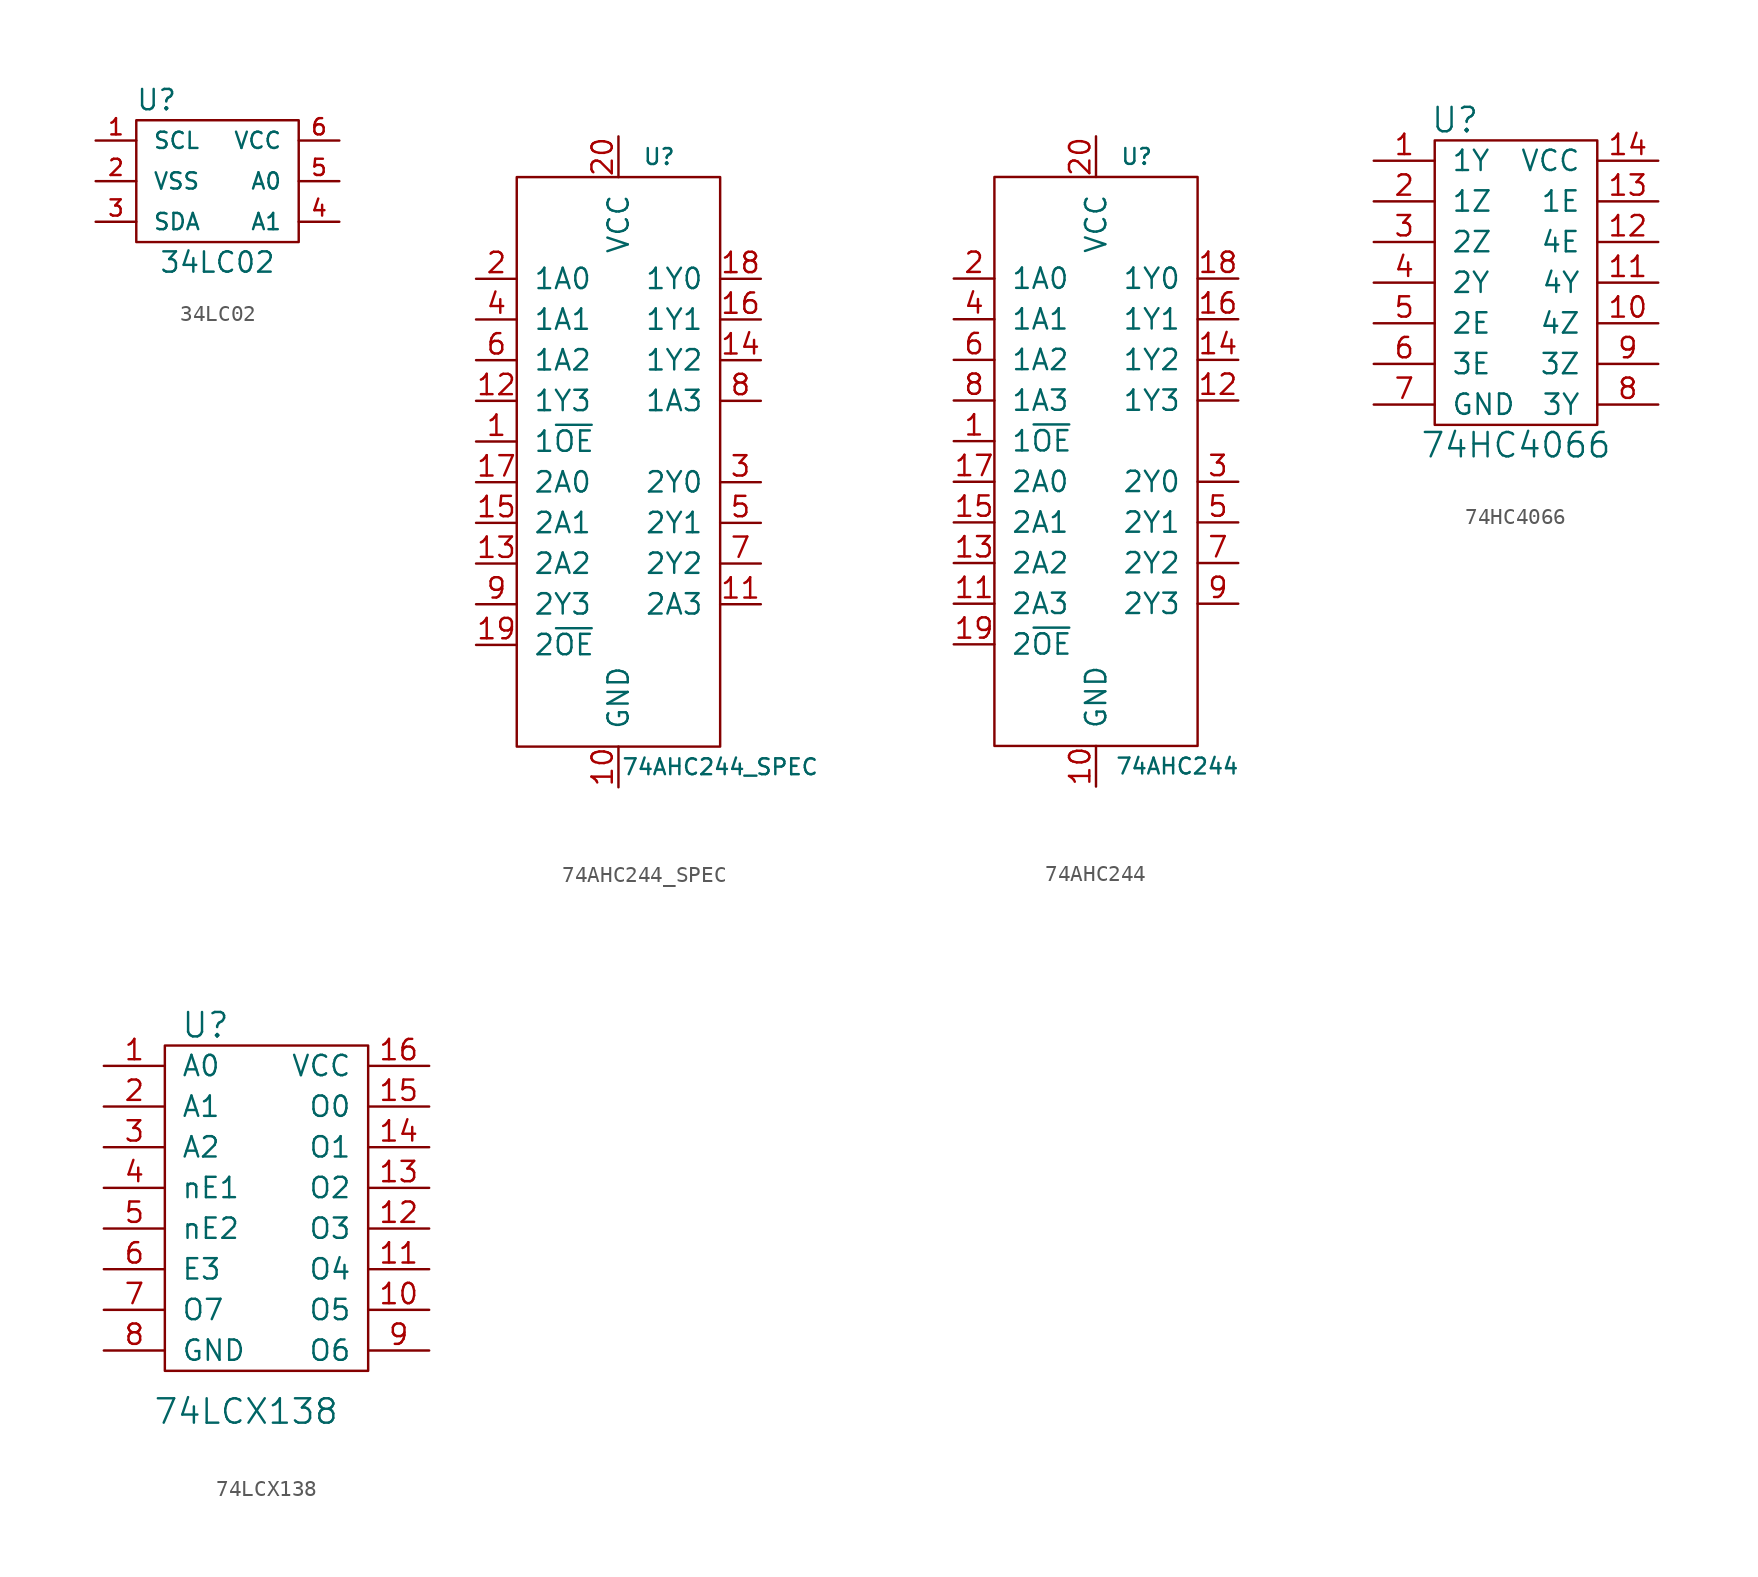
<source format=kicad_sym>
(kicad_symbol_lib
  (version 20211014)
  (generator kicad_symbol_editor)
  (symbol "34LC02"
    (pin_names
      (offset 1.016))
    (property "Reference" "U"
      (at -3.81 5.08 0)
      (effects (font (size 1.27 1.27))))
    (property "Value" "34LC02"
      (at 0 -5.08 0)
      (effects (font (size 1.27 1.27))))
    (symbol "34LC02_0_0"
      (pin passive line (at -7.62 2.54 0) (length 2.54) (name "SCL" (effects (font (size 1.016 1.016)))) (number "1" (effects (font (size 1.016 1.016)))))
      (pin power_in line (at -7.62 0 0) (length 2.54) (name "VSS" (effects (font (size 1.016 1.016)))) (number "2" (effects (font (size 1.016 1.016)))))
      (pin passive line (at -7.62 -2.54 0) (length 2.54) (name "SDA" (effects (font (size 1.016 1.016)))) (number "3" (effects (font (size 1.016 1.016)))))
      (pin passive line (at 7.62 -2.54 180) (length 2.54) (name "A1" (effects (font (size 1.016 1.016)))) (number "4" (effects (font (size 1.016 1.016)))))
      (pin passive line (at 7.62 0 180) (length 2.54) (name "A0" (effects (font (size 1.016 1.016)))) (number "5" (effects (font (size 1.016 1.016)))))
      (pin power_in line (at 7.62 2.54 180) (length 2.54) (name "VCC" (effects (font (size 1.016 1.016)))) (number "6" (effects (font (size 1.016 1.016))))))
    (symbol "34LC02_0_1"
      (rectangle (start -5.08 3.81) (end 5.08 -3.81) (stroke (width 0) (type default) (color 0 0 0 0)) (fill (type none)))))
  (symbol "74AHC244_SPEC"
    (pin_names
      (offset 1.016))
    (property "Reference" "U"
      (at 2.54 19.05 0)
      (effects (font (size 0.991 0.991))))
    (property "Value" "74AHC244_SPEC"
      (at 6.35 -19.05 0)
      (effects (font (size 0.991 0.991))))
    (symbol "74AHC244_SPEC_0_1"
      (rectangle (start -6.35 17.78) (end 6.35 -17.78) (stroke (width 0) (type default) (color 0 0 0 0)) (fill (type none))))
    (symbol "74AHC244_SPEC_1_1"
      (pin passive line (at -8.89 1.27 0) (length 2.54) (name "1~{OE}" (effects (font (size 1.27 1.27)))) (number "1" (effects (font (size 1.27 1.27)))))
      (pin passive line (at 0 -20.32 90) (length 2.54) (name "GND" (effects (font (size 1.27 1.27)))) (number "10" (effects (font (size 1.27 1.27)))))
      (pin passive line (at 8.89 -8.89 180) (length 2.54) (name "2A3" (effects (font (size 1.27 1.27)))) (number "11" (effects (font (size 1.27 1.27)))))
      (pin passive line (at -8.89 3.81 0) (length 2.54) (name "1Y3" (effects (font (size 1.27 1.27)))) (number "12" (effects (font (size 1.27 1.27)))))
      (pin passive line (at -8.89 -6.35 0) (length 2.54) (name "2A2" (effects (font (size 1.27 1.27)))) (number "13" (effects (font (size 1.27 1.27)))))
      (pin passive line (at 8.89 6.35 180) (length 2.54) (name "1Y2" (effects (font (size 1.27 1.27)))) (number "14" (effects (font (size 1.27 1.27)))))
      (pin passive line (at -8.89 -3.81 0) (length 2.54) (name "2A1" (effects (font (size 1.27 1.27)))) (number "15" (effects (font (size 1.27 1.27)))))
      (pin passive line (at 8.89 8.89 180) (length 2.54) (name "1Y1" (effects (font (size 1.27 1.27)))) (number "16" (effects (font (size 1.27 1.27)))))
      (pin passive line (at -8.89 -1.27 0) (length 2.54) (name "2A0" (effects (font (size 1.27 1.27)))) (number "17" (effects (font (size 1.27 1.27)))))
      (pin passive line (at 8.89 11.43 180) (length 2.54) (name "1Y0" (effects (font (size 1.27 1.27)))) (number "18" (effects (font (size 1.27 1.27)))))
      (pin passive line (at -8.89 -11.43 0) (length 2.54) (name "2~{OE}" (effects (font (size 1.27 1.27)))) (number "19" (effects (font (size 1.27 1.27)))))
      (pin passive line (at -8.89 11.43 0) (length 2.54) (name "1A0" (effects (font (size 1.27 1.27)))) (number "2" (effects (font (size 1.27 1.27)))))
      (pin passive line (at 0 20.32 270) (length 2.54) (name "VCC" (effects (font (size 1.27 1.27)))) (number "20" (effects (font (size 1.27 1.27)))))
      (pin passive line (at 8.89 -1.27 180) (length 2.54) (name "2Y0" (effects (font (size 1.27 1.27)))) (number "3" (effects (font (size 1.27 1.27)))))
      (pin passive line (at -8.89 8.89 0) (length 2.54) (name "1A1" (effects (font (size 1.27 1.27)))) (number "4" (effects (font (size 1.27 1.27)))))
      (pin passive line (at 8.89 -3.81 180) (length 2.54) (name "2Y1" (effects (font (size 1.27 1.27)))) (number "5" (effects (font (size 1.27 1.27)))))
      (pin passive line (at -8.89 6.35 0) (length 2.54) (name "1A2" (effects (font (size 1.27 1.27)))) (number "6" (effects (font (size 1.27 1.27)))))
      (pin passive line (at 8.89 -6.35 180) (length 2.54) (name "2Y2" (effects (font (size 1.27 1.27)))) (number "7" (effects (font (size 1.27 1.27)))))
      (pin passive line (at 8.89 3.81 180) (length 2.54) (name "1A3" (effects (font (size 1.27 1.27)))) (number "8" (effects (font (size 1.27 1.27)))))
      (pin passive line (at -8.89 -8.89 0) (length 2.54) (name "2Y3" (effects (font (size 1.27 1.27)))) (number "9" (effects (font (size 1.27 1.27)))))))
  (symbol "74AHC244"
    (pin_names
      (offset 1.016))
    (property "Reference" "U"
      (at 2.54 19.05 0)
      (effects (font (size 0.991 0.991))))
    (property "Value" "74AHC244"
      (at 5.08 -19.05 0)
      (effects (font (size 0.991 0.991))))
    (symbol "74AHC244_0_1"
      (rectangle (start -6.35 17.78) (end 6.35 -17.78) (stroke (width 0) (type default) (color 0 0 0 0)) (fill (type none))))
    (symbol "74AHC244_1_1"
      (pin passive line (at -8.89 1.27 0) (length 2.54) (name "1~{OE}" (effects (font (size 1.27 1.27)))) (number "1" (effects (font (size 1.27 1.27)))))
      (pin passive line (at 0 -20.32 90) (length 2.54) (name "GND" (effects (font (size 1.27 1.27)))) (number "10" (effects (font (size 1.27 1.27)))))
      (pin passive line (at -8.89 -8.89 0) (length 2.54) (name "2A3" (effects (font (size 1.27 1.27)))) (number "11" (effects (font (size 1.27 1.27)))))
      (pin passive line (at 8.89 3.81 180) (length 2.54) (name "1Y3" (effects (font (size 1.27 1.27)))) (number "12" (effects (font (size 1.27 1.27)))))
      (pin passive line (at -8.89 -6.35 0) (length 2.54) (name "2A2" (effects (font (size 1.27 1.27)))) (number "13" (effects (font (size 1.27 1.27)))))
      (pin passive line (at 8.89 6.35 180) (length 2.54) (name "1Y2" (effects (font (size 1.27 1.27)))) (number "14" (effects (font (size 1.27 1.27)))))
      (pin passive line (at -8.89 -3.81 0) (length 2.54) (name "2A1" (effects (font (size 1.27 1.27)))) (number "15" (effects (font (size 1.27 1.27)))))
      (pin passive line (at 8.89 8.89 180) (length 2.54) (name "1Y1" (effects (font (size 1.27 1.27)))) (number "16" (effects (font (size 1.27 1.27)))))
      (pin passive line (at -8.89 -1.27 0) (length 2.54) (name "2A0" (effects (font (size 1.27 1.27)))) (number "17" (effects (font (size 1.27 1.27)))))
      (pin passive line (at 8.89 11.43 180) (length 2.54) (name "1Y0" (effects (font (size 1.27 1.27)))) (number "18" (effects (font (size 1.27 1.27)))))
      (pin passive line (at -8.89 -11.43 0) (length 2.54) (name "2~{OE}" (effects (font (size 1.27 1.27)))) (number "19" (effects (font (size 1.27 1.27)))))
      (pin passive line (at -8.89 11.43 0) (length 2.54) (name "1A0" (effects (font (size 1.27 1.27)))) (number "2" (effects (font (size 1.27 1.27)))))
      (pin passive line (at 0 20.32 270) (length 2.54) (name "VCC" (effects (font (size 1.27 1.27)))) (number "20" (effects (font (size 1.27 1.27)))))
      (pin passive line (at 8.89 -1.27 180) (length 2.54) (name "2Y0" (effects (font (size 1.27 1.27)))) (number "3" (effects (font (size 1.27 1.27)))))
      (pin passive line (at -8.89 8.89 0) (length 2.54) (name "1A1" (effects (font (size 1.27 1.27)))) (number "4" (effects (font (size 1.27 1.27)))))
      (pin passive line (at 8.89 -3.81 180) (length 2.54) (name "2Y1" (effects (font (size 1.27 1.27)))) (number "5" (effects (font (size 1.27 1.27)))))
      (pin passive line (at -8.89 6.35 0) (length 2.54) (name "1A2" (effects (font (size 1.27 1.27)))) (number "6" (effects (font (size 1.27 1.27)))))
      (pin passive line (at 8.89 -6.35 180) (length 2.54) (name "2Y2" (effects (font (size 1.27 1.27)))) (number "7" (effects (font (size 1.27 1.27)))))
      (pin passive line (at -8.89 3.81 0) (length 2.54) (name "1A3" (effects (font (size 1.27 1.27)))) (number "8" (effects (font (size 1.27 1.27)))))
      (pin passive line (at 8.89 -8.89 180) (length 2.54) (name "2Y3" (effects (font (size 1.27 1.27)))) (number "9" (effects (font (size 1.27 1.27)))))))
  (symbol "74HC4066"
    (pin_names
      (offset 1.016))
    (property "Reference" "U"
      (at -3.81 8.89 0)
      (effects (font (size 1.524 1.524))))
    (property "Value" "74HC4066"
      (at 0 -11.43 0)
      (effects (font (size 1.524 1.524))))
    (property "Footprint" ""
      (at 0 0 0)
      (effects (font (size 1.524 1.524))))
    (property "Datasheet" ""
      (at 0 0 0)
      (effects (font (size 1.524 1.524))))
    (symbol "74HC4066_0_1"
      (rectangle (start -5.08 7.62) (end 5.08 -10.16) (stroke (width 0) (type default) (color 0 0 0 0)) (fill (type none))))
    (symbol "74HC4066_1_1"
      (pin passive line (at -8.89 6.35 0) (length 3.81) (name "1Y" (effects (font (size 1.27 1.27)))) (number "1" (effects (font (size 1.27 1.27)))))
      (pin passive line (at 8.89 -3.81 180) (length 3.81) (name "4Z" (effects (font (size 1.27 1.27)))) (number "10" (effects (font (size 1.27 1.27)))))
      (pin passive line (at 8.89 -1.27 180) (length 3.81) (name "4Y" (effects (font (size 1.27 1.27)))) (number "11" (effects (font (size 1.27 1.27)))))
      (pin passive line (at 8.89 1.27 180) (length 3.81) (name "4E" (effects (font (size 1.27 1.27)))) (number "12" (effects (font (size 1.27 1.27)))))
      (pin passive line (at 8.89 3.81 180) (length 3.81) (name "1E" (effects (font (size 1.27 1.27)))) (number "13" (effects (font (size 1.27 1.27)))))
      (pin passive line (at 8.89 6.35 180) (length 3.81) (name "VCC" (effects (font (size 1.27 1.27)))) (number "14" (effects (font (size 1.27 1.27)))))
      (pin passive line (at -8.89 3.81 0) (length 3.81) (name "1Z" (effects (font (size 1.27 1.27)))) (number "2" (effects (font (size 1.27 1.27)))))
      (pin passive line (at -8.89 1.27 0) (length 3.81) (name "2Z" (effects (font (size 1.27 1.27)))) (number "3" (effects (font (size 1.27 1.27)))))
      (pin passive line (at -8.89 -1.27 0) (length 3.81) (name "2Y" (effects (font (size 1.27 1.27)))) (number "4" (effects (font (size 1.27 1.27)))))
      (pin passive line (at -8.89 -3.81 0) (length 3.81) (name "2E" (effects (font (size 1.27 1.27)))) (number "5" (effects (font (size 1.27 1.27)))))
      (pin passive line (at -8.89 -6.35 0) (length 3.81) (name "3E" (effects (font (size 1.27 1.27)))) (number "6" (effects (font (size 1.27 1.27)))))
      (pin passive line (at -8.89 -8.89 0) (length 3.81) (name "GND" (effects (font (size 1.27 1.27)))) (number "7" (effects (font (size 1.27 1.27)))))
      (pin passive line (at 8.89 -8.89 180) (length 3.81) (name "3Y" (effects (font (size 1.27 1.27)))) (number "8" (effects (font (size 1.27 1.27)))))
      (pin passive line (at 8.89 -6.35 180) (length 3.81) (name "3Z" (effects (font (size 1.27 1.27)))) (number "9" (effects (font (size 1.27 1.27)))))))
  (symbol "74LCX138"
    (pin_names
      (offset 1.016))
    (property "Reference" "U"
      (at -3.81 11.43 0)
      (effects (font (size 1.524 1.524))))
    (property "Value" "74LCX138"
      (at -1.27 -12.7 0)
      (effects (font (size 1.524 1.524))))
    (property "Footprint" ""
      (at 0 0 0)
      (effects (font (size 1.524 1.524))))
    (property "Datasheet" ""
      (at 0 0 0)
      (effects (font (size 1.524 1.524))))
    (symbol "74LCX138_0_1"
      (rectangle (start -6.35 10.16) (end 6.35 -10.16) (stroke (width 0) (type default) (color 0 0 0 0)) (fill (type none))))
    (symbol "74LCX138_1_1"
      (pin passive line (at -10.16 8.89 0) (length 3.81) (name "A0" (effects (font (size 1.27 1.27)))) (number "1" (effects (font (size 1.27 1.27)))))
      (pin passive line (at 10.16 -6.35 180) (length 3.81) (name "O5" (effects (font (size 1.27 1.27)))) (number "10" (effects (font (size 1.27 1.27)))))
      (pin passive line (at 10.16 -3.81 180) (length 3.81) (name "O4" (effects (font (size 1.27 1.27)))) (number "11" (effects (font (size 1.27 1.27)))))
      (pin passive line (at 10.16 -1.27 180) (length 3.81) (name "O3" (effects (font (size 1.27 1.27)))) (number "12" (effects (font (size 1.27 1.27)))))
      (pin passive line (at 10.16 1.27 180) (length 3.81) (name "O2" (effects (font (size 1.27 1.27)))) (number "13" (effects (font (size 1.27 1.27)))))
      (pin passive line (at 10.16 3.81 180) (length 3.81) (name "O1" (effects (font (size 1.27 1.27)))) (number "14" (effects (font (size 1.27 1.27)))))
      (pin passive line (at 10.16 6.35 180) (length 3.81) (name "O0" (effects (font (size 1.27 1.27)))) (number "15" (effects (font (size 1.27 1.27)))))
      (pin passive line (at 10.16 8.89 180) (length 3.81) (name "VCC" (effects (font (size 1.27 1.27)))) (number "16" (effects (font (size 1.27 1.27)))))
      (pin passive line (at -10.16 6.35 0) (length 3.81) (name "A1" (effects (font (size 1.27 1.27)))) (number "2" (effects (font (size 1.27 1.27)))))
      (pin passive line (at -10.16 3.81 0) (length 3.81) (name "A2" (effects (font (size 1.27 1.27)))) (number "3" (effects (font (size 1.27 1.27)))))
      (pin passive line (at -10.16 1.27 0) (length 3.81) (name "nE1" (effects (font (size 1.27 1.27)))) (number "4" (effects (font (size 1.27 1.27)))))
      (pin passive line (at -10.16 -1.27 0) (length 3.81) (name "nE2" (effects (font (size 1.27 1.27)))) (number "5" (effects (font (size 1.27 1.27)))))
      (pin passive line (at -10.16 -3.81 0) (length 3.81) (name "E3" (effects (font (size 1.27 1.27)))) (number "6" (effects (font (size 1.27 1.27)))))
      (pin passive line (at -10.16 -6.35 0) (length 3.81) (name "O7" (effects (font (size 1.27 1.27)))) (number "7" (effects (font (size 1.27 1.27)))))
      (pin passive line (at -10.16 -8.89 0) (length 3.81) (name "GND" (effects (font (size 1.27 1.27)))) (number "8" (effects (font (size 1.27 1.27)))))
      (pin passive line (at 10.16 -8.89 180) (length 3.81) (name "O6" (effects (font (size 1.27 1.27)))) (number "9" (effects (font (size 1.27 1.27))))))))
</source>
